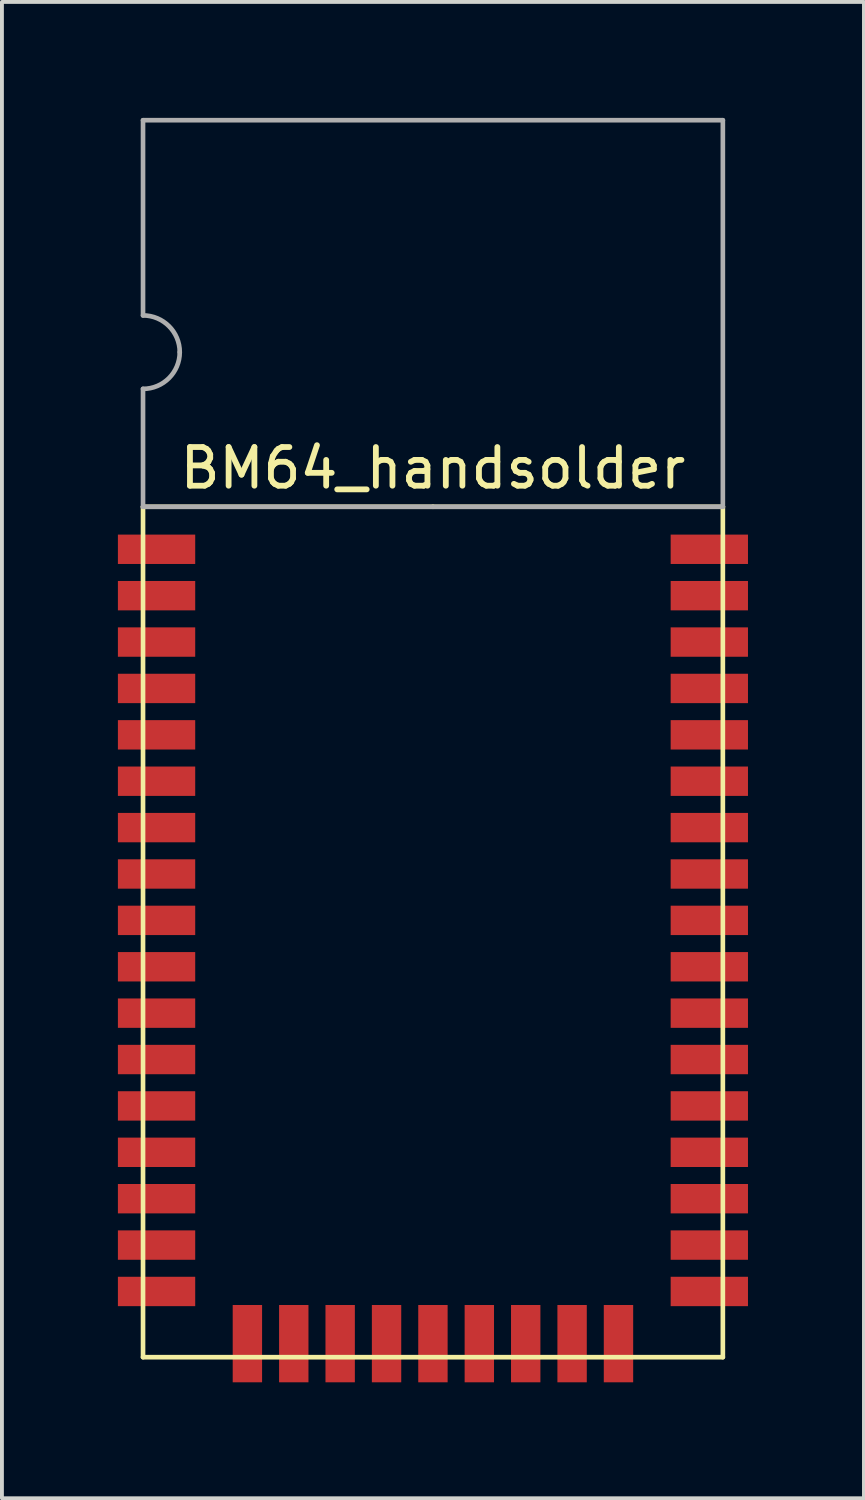
<source format=kicad_pcb>
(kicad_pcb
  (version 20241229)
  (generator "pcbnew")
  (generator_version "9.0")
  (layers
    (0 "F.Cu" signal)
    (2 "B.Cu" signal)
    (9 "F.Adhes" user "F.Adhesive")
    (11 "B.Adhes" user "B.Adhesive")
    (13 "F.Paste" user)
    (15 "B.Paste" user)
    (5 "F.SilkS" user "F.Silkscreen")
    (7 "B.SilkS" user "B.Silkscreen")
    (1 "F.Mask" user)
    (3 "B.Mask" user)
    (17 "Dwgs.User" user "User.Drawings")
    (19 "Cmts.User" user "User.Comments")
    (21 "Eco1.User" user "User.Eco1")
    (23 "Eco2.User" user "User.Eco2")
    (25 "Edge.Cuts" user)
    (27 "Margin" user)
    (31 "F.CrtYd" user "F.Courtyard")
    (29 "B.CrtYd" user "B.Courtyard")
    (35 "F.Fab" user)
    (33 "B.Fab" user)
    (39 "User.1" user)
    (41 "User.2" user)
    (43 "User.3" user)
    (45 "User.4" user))
  (footprint "BM64_handsolder"
    (layer "F.Cu")
    (at 8.15 8.56)
    (property "Reference" "BM64_handsolder" (at 0 0.5 0) (layer "F.SilkS") (effects (font (size 1 1) (thickness 0.15))))
    (attr through_hole)
    (fp_line (start -7.5 23.5) (end -7.5 1.5) (stroke (width 0.12) (type solid)) (layer "F.SilkS"))
    (fp_line (start 0 1.5) (end -7.5 1.5) (stroke (width 0.12) (type solid)) (layer "F.SilkS"))
    (fp_line (start 0 1.5) (end 7.5 1.5) (stroke (width 0.12) (type solid)) (layer "F.SilkS"))
    (fp_line (start 7.5 1.5) (end 7.5 23.5) (stroke (width 0.12) (type solid)) (layer "F.SilkS"))
    (fp_line (start 7.5 23.5) (end -7.5 23.5) (stroke (width 0.12) (type solid)) (layer "F.SilkS"))
    (fp_line (start -7.5 -8.5) (end 7.5 -8.5) (stroke (width 0.12) (type solid)) (layer "F.Fab"))
    (fp_line (start -7.5 -3.45) (end -7.5 -8.5) (stroke (width 0.12) (type solid)) (layer "F.Fab"))
    (fp_line (start -7.5 -1.55) (end -7.5 1.5) (stroke (width 0.12) (type solid)) (layer "F.Fab"))
    (fp_line (start 7.5 -8.5) (end 7.5 1.5) (stroke (width 0.12) (type solid)) (layer "F.Fab"))
    (fp_line (start 7.5 1.5) (end -7.5 1.5) (stroke (width 0.12) (type solid)) (layer "F.Fab"))
    (fp_arc (start -7.5 -3.45) (mid -6.828249 -3.171751) (end -6.55 -2.5) (stroke (width 0.12) (type solid)) (layer "F.Fab"))
    (fp_arc (start -6.55 -2.5) (mid -6.828249 -1.828249) (end -7.5 -1.55) (stroke (width 0.12) (type solid)) (layer "F.Fab"))
    (pad "1" smd rect (at -7.15 2.6) (size 2 0.76) (layers "F.Cu" "F.Mask" "F.Paste"))
    (pad "2" smd rect (at -7.15 3.8) (size 2 0.76) (layers "F.Cu" "F.Mask" "F.Paste"))
    (pad "3" smd rect (at -7.15 5) (size 2 0.76) (layers "F.Cu" "F.Mask" "F.Paste"))
    (pad "4" smd rect (at -7.15 6.2) (size 2 0.76) (layers "F.Cu" "F.Mask" "F.Paste"))
    (pad "5" smd rect (at -7.15 7.4) (size 2 0.76) (layers "F.Cu" "F.Mask" "F.Paste"))
    (pad "6" smd rect (at -7.15 8.6) (size 2 0.76) (layers "F.Cu" "F.Mask" "F.Paste"))
    (pad "7" smd rect (at -7.15 9.8) (size 2 0.76) (layers "F.Cu" "F.Mask" "F.Paste"))
    (pad "8" smd rect (at -7.15 11) (size 2 0.76) (layers "F.Cu" "F.Mask" "F.Paste"))
    (pad "9" smd rect (at -7.15 12.2) (size 2 0.76) (layers "F.Cu" "F.Mask" "F.Paste"))
    (pad "10" smd rect (at -7.15 13.4) (size 2 0.76) (layers "F.Cu" "F.Mask" "F.Paste"))
    (pad "11" smd rect (at -7.15 14.6) (size 2 0.76) (layers "F.Cu" "F.Mask" "F.Paste"))
    (pad "12" smd rect (at -7.15 15.8) (size 2 0.76) (layers "F.Cu" "F.Mask" "F.Paste"))
    (pad "13" smd rect (at -7.15 17) (size 2 0.76) (layers "F.Cu" "F.Mask" "F.Paste"))
    (pad "14" smd rect (at -7.15 18.2) (size 2 0.76) (layers "F.Cu" "F.Mask" "F.Paste"))
    (pad "15" smd rect (at -7.15 19.4) (size 2 0.76) (layers "F.Cu" "F.Mask" "F.Paste"))
    (pad "16" smd rect (at -7.15 20.6) (size 2 0.76) (layers "F.Cu" "F.Mask" "F.Paste"))
    (pad "17" smd rect (at -7.15 21.8) (size 2 0.76) (layers "F.Cu" "F.Mask" "F.Paste"))
    (pad "18" smd rect (at -4.8 23.15 90) (size 2 0.76) (layers "F.Cu" "F.Mask" "F.Paste"))
    (pad "19" smd rect (at -3.6 23.15 90) (size 2 0.76) (layers "F.Cu" "F.Mask" "F.Paste"))
    (pad "20" smd rect (at -2.4 23.15 90) (size 2 0.76) (layers "F.Cu" "F.Mask" "F.Paste"))
    (pad "21" smd rect (at -1.2 23.15 90) (size 2 0.76) (layers "F.Cu" "F.Mask" "F.Paste"))
    (pad "22" smd rect (at 0 23.15 90) (size 2 0.76) (layers "F.Cu" "F.Mask" "F.Paste"))
    (pad "23" smd rect (at 1.2 23.15 90) (size 2 0.76) (layers "F.Cu" "F.Mask" "F.Paste"))
    (pad "24" smd rect (at 2.4 23.15 90) (size 2 0.76) (layers "F.Cu" "F.Mask" "F.Paste"))
    (pad "25" smd rect (at 3.6 23.15 90) (size 2 0.76) (layers "F.Cu" "F.Mask" "F.Paste"))
    (pad "26" smd rect (at 4.8 23.15 90) (size 2 0.76) (layers "F.Cu" "F.Mask" "F.Paste"))
    (pad "27" smd rect (at 7.15 21.8) (size 2 0.76) (layers "F.Cu" "F.Mask" "F.Paste"))
    (pad "28" smd rect (at 7.15 20.6) (size 2 0.76) (layers "F.Cu" "F.Mask" "F.Paste"))
    (pad "29" smd rect (at 7.15 19.4) (size 2 0.76) (layers "F.Cu" "F.Mask" "F.Paste"))
    (pad "30" smd rect (at 7.15 18.2) (size 2 0.76) (layers "F.Cu" "F.Mask" "F.Paste"))
    (pad "31" smd rect (at 7.15 17) (size 2 0.76) (layers "F.Cu" "F.Mask" "F.Paste"))
    (pad "32" smd rect (at 7.15 15.8) (size 2 0.76) (layers "F.Cu" "F.Mask" "F.Paste"))
    (pad "33" smd rect (at 7.15 14.6) (size 2 0.76) (layers "F.Cu" "F.Mask" "F.Paste"))
    (pad "34" smd rect (at 7.15 13.4) (size 2 0.76) (layers "F.Cu" "F.Mask" "F.Paste"))
    (pad "35" smd rect (at 7.15 12.2) (size 2 0.76) (layers "F.Cu" "F.Mask" "F.Paste"))
    (pad "36" smd rect (at 7.15 11) (size 2 0.76) (layers "F.Cu" "F.Mask" "F.Paste"))
    (pad "37" smd rect (at 7.15 9.8) (size 2 0.76) (layers "F.Cu" "F.Mask" "F.Paste"))
    (pad "38" smd rect (at 7.15 8.6) (size 2 0.76) (layers "F.Cu" "F.Mask" "F.Paste"))
    (pad "39" smd rect (at 7.15 7.4) (size 2 0.76) (layers "F.Cu" "F.Mask" "F.Paste"))
    (pad "40" smd rect (at 7.15 6.2) (size 2 0.76) (layers "F.Cu" "F.Mask" "F.Paste"))
    (pad "41" smd rect (at 7.15 5) (size 2 0.76) (layers "F.Cu" "F.Mask" "F.Paste"))
    (pad "42" smd rect (at 7.15 3.8) (size 2 0.76) (layers "F.Cu" "F.Mask" "F.Paste"))
    (pad "43" smd rect (at 7.15 2.6) (size 2 0.76) (layers "F.Cu" "F.Mask" "F.Paste")))
  (gr_rect
    (start -3 -3)
    (end 19.3 35.71)
    (stroke (width 0.1) (type default))
    (fill no)
    (layer "Edge.Cuts")))
</source>
